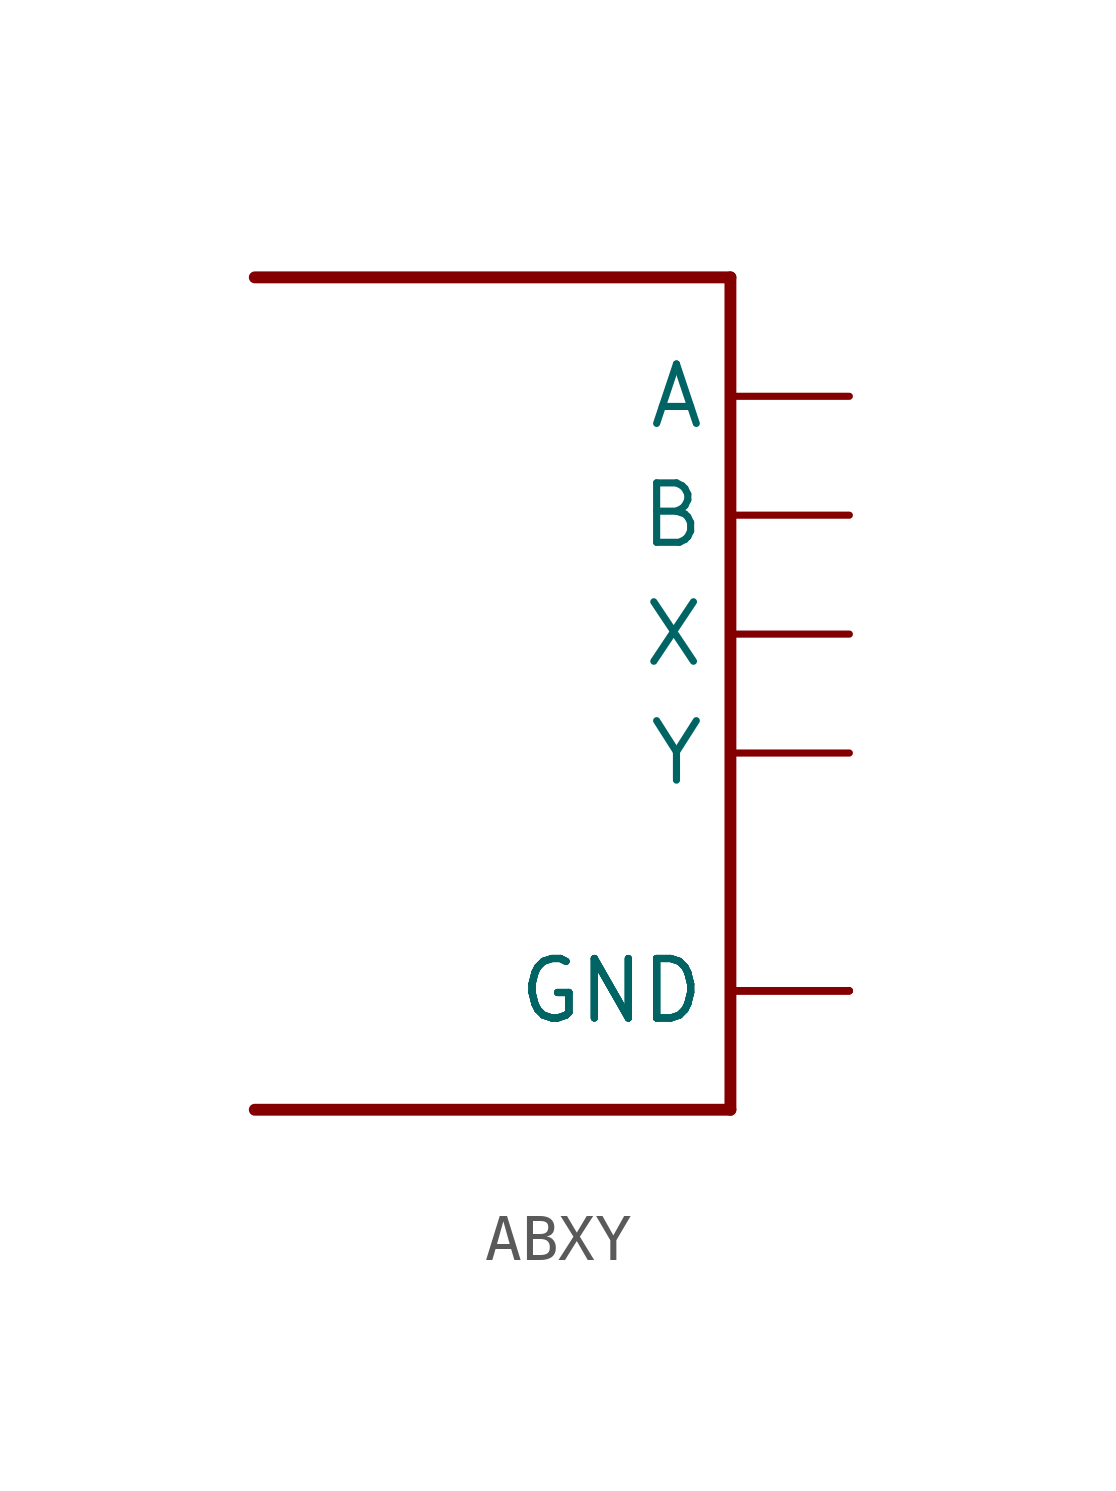
<source format=kicad_sym>
(kicad_symbol_lib
  (version 20220914)
  (generator kicad_symbol_editor)
  (symbol "ABXY"
    (property "Reference" ""
      (at -5.08 10.16 0)
      (effects (font (size 1.27 1.079)) (justify left bottom) hide))
    (property "ki_locked" ""
      (at 0 0 0)
      (effects (font (size 1.27 1.27))))
    (symbol "ABXY_1_0"
      (polyline (pts (xy -5.08 7.62) (xy 5.08 7.62)) (stroke (width 0.254) (type solid)) (fill (type none)))
      (polyline (pts (xy 5.08 -10.16) (xy -5.08 -10.16)) (stroke (width 0.254) (type solid)) (fill (type none)))
      (polyline (pts (xy 5.08 7.62) (xy 5.08 -10.16)) (stroke (width 0.254) (type solid)) (fill (type none)))
      (pin bidirectional line (at 7.62 5.08 180) (length 2.54) (name "A" (effects (font (size 1.27 1.27)))) (number "A" (effects (font (size 0 0)))))
      (pin bidirectional line (at 7.62 2.54 180) (length 2.54) (name "B" (effects (font (size 1.27 1.27)))) (number "B" (effects (font (size 0 0)))))
      (pin power_in line (at 7.62 -7.62 180) (length 2.54) (name "GND" (effects (font (size 1.27 1.27)))) (number "GND1" (effects (font (size 0 0)))))
      (pin power_in line (at 7.62 -7.62 180) (length 2.54) (name "GND" (effects (font (size 1.27 1.27)))) (number "GND2" (effects (font (size 0 0)))))
      (pin power_in line (at 7.62 -7.62 180) (length 2.54) (name "GND" (effects (font (size 1.27 1.27)))) (number "GND3" (effects (font (size 0 0)))))
      (pin power_in line (at 7.62 -7.62 180) (length 2.54) (name "GND" (effects (font (size 1.27 1.27)))) (number "GND4" (effects (font (size 0 0)))))
      (pin bidirectional line (at 7.62 0 180) (length 2.54) (name "X" (effects (font (size 1.27 1.27)))) (number "X" (effects (font (size 0 0)))))
      (pin bidirectional line (at 7.62 -2.54 180) (length 2.54) (name "Y" (effects (font (size 1.27 1.27)))) (number "Y" (effects (font (size 0 0))))))))
</source>
